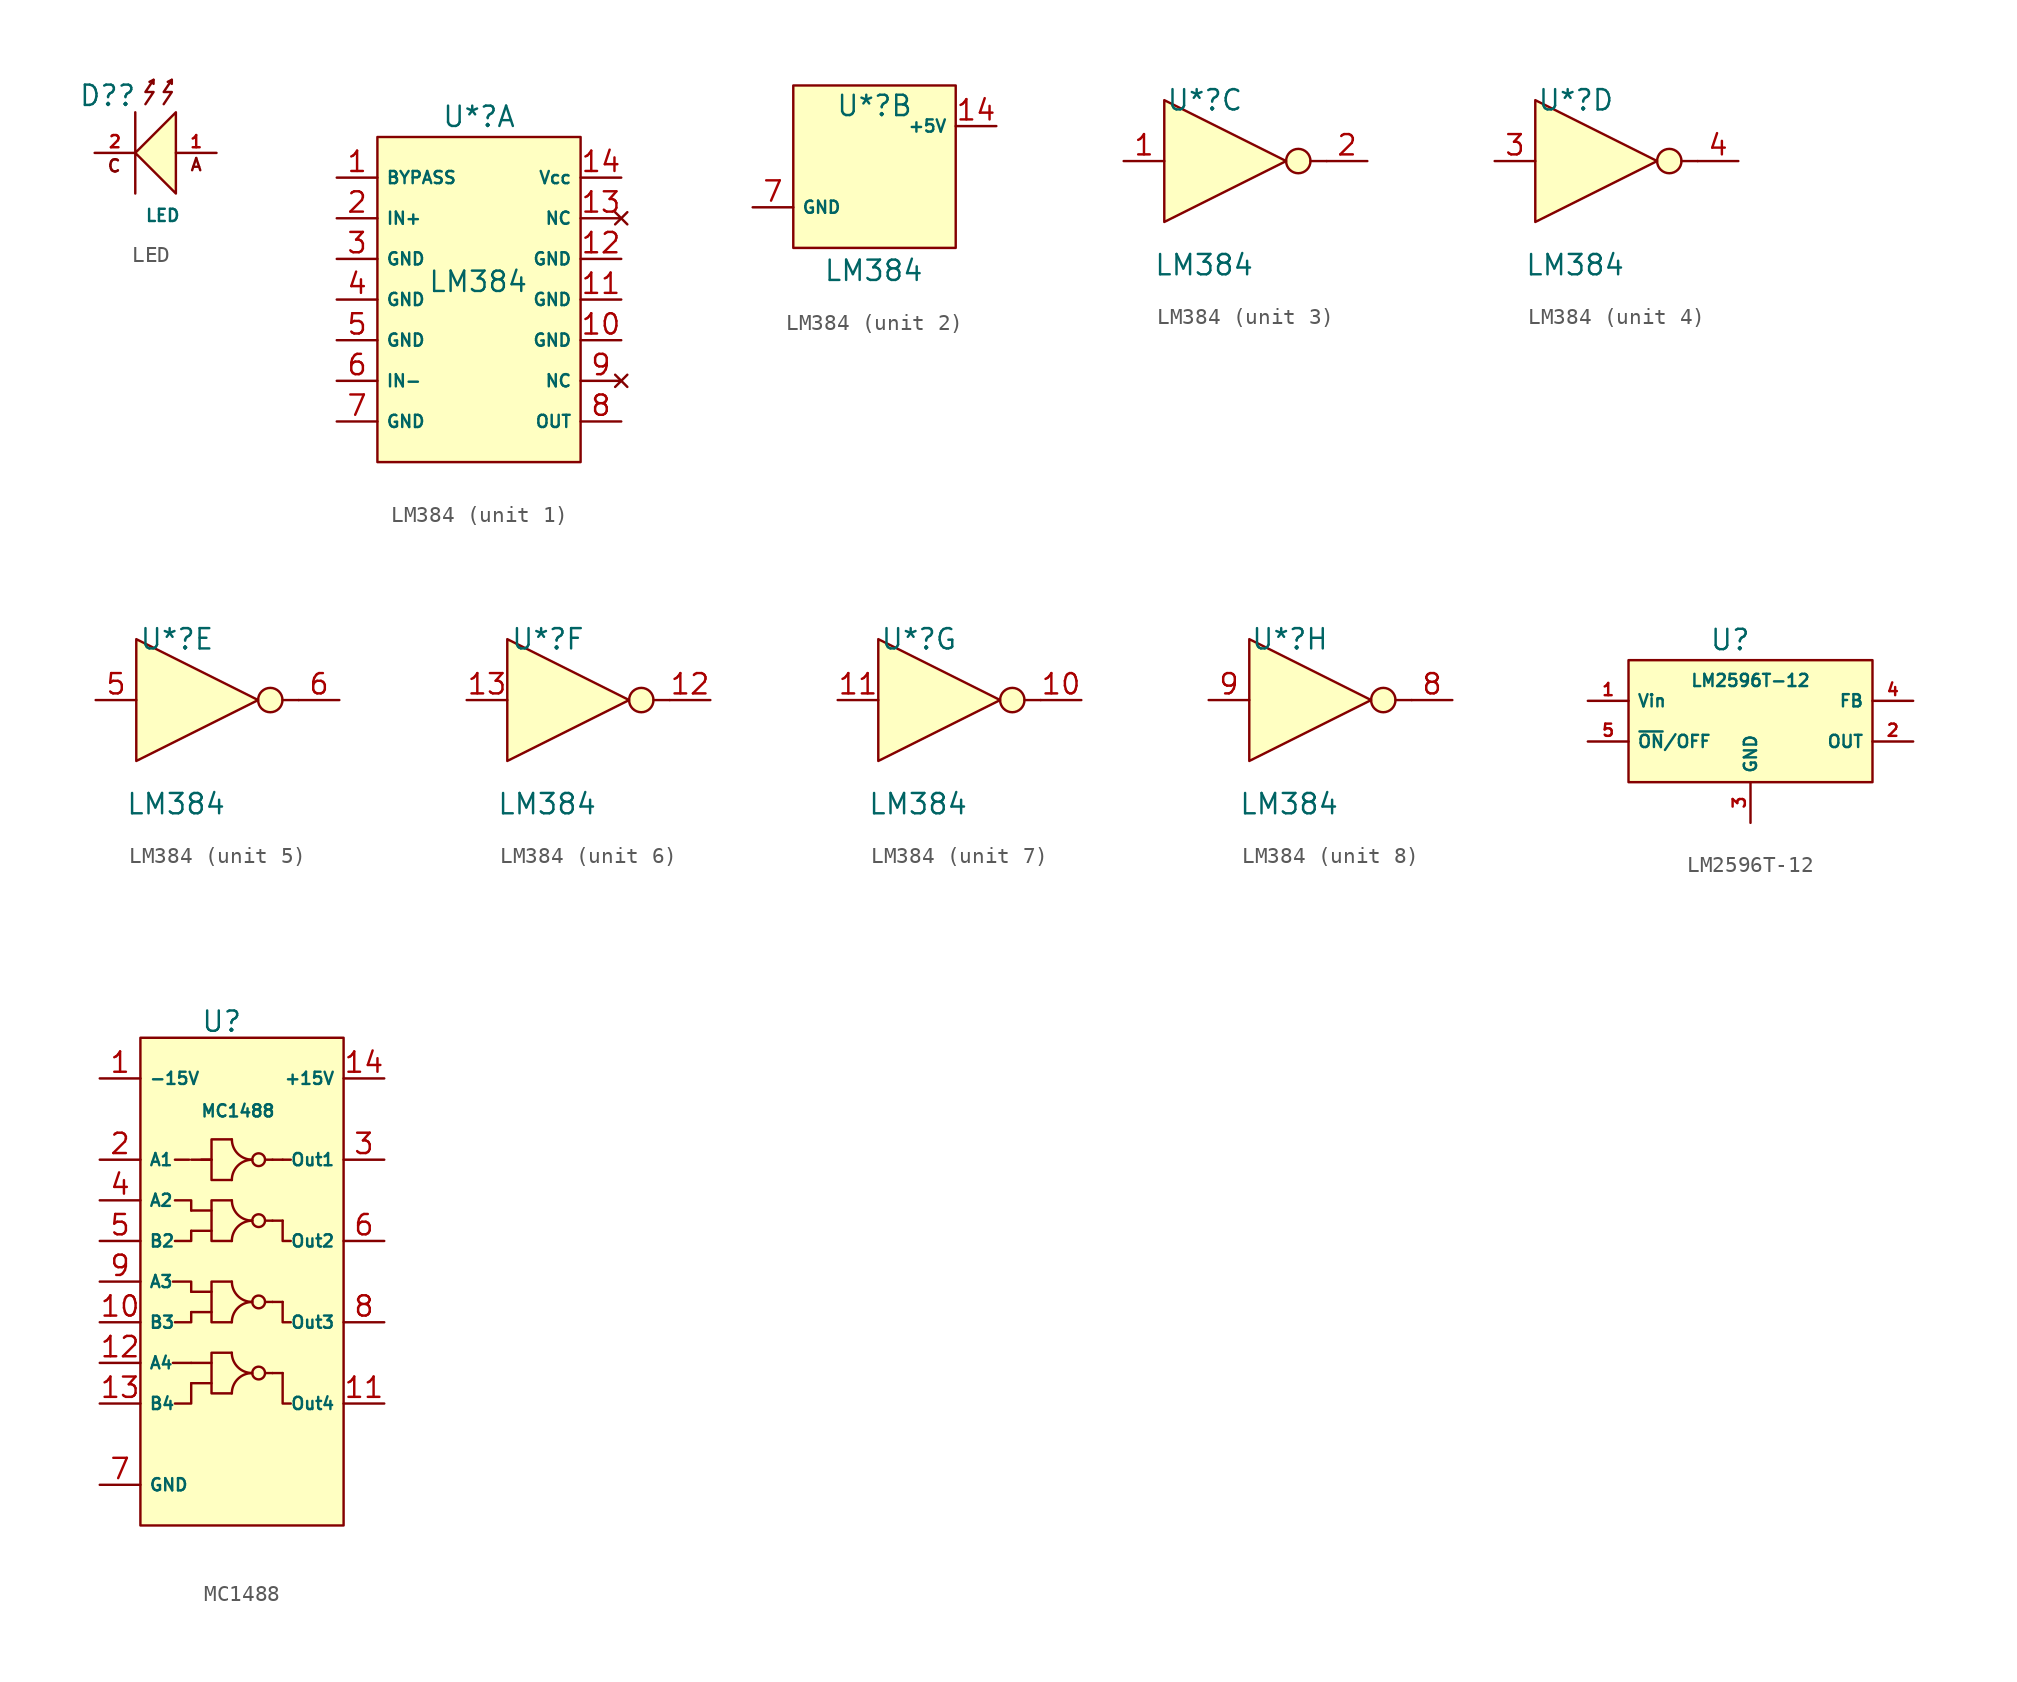
<source format=kicad_sym>
(kicad_symbol_lib
  (version 20211014)
  (generator kicad_symbol_editor)
  (symbol "LED"
    (property "Reference" "D?"
      (at -8.636 11.201 0)
      (effects (font (size 1.27 1.27)) (justify left)))
    (property "Value" "LED"
      (at -4.496 3.708 0)
      (effects (font (size 0.762 0.762)) (justify left)))
    (symbol "LED_0_0"
      (text "A" (at -1.27 6.883 0) (effects (font (size 0.762 0.762))))
      (text "C" (at -6.401 6.807 0) (effects (font (size 0.762 0.762)))))
    (symbol "LED_0_1"
      (polyline (pts (xy -3.937 12.192) (xy -4.191 12.065)) (stroke (width 0.152) (type default) (color 0 0 0 0)) (fill (type none)))
      (polyline (pts (xy -2.794 12.192) (xy -3.048 12.065)) (stroke (width 0.152) (type default) (color 0 0 0 0)) (fill (type none)))
      (polyline (pts (xy -4.445 10.668) (xy -3.937 11.43) (xy -4.445 11.43) (xy -3.937 12.192) (xy -3.937 11.938)) (stroke (width 0.152) (type default) (color 0 0 0 0)) (fill (type none)))
      (polyline (pts (xy -3.302 10.668) (xy -2.794 11.43) (xy -3.302 11.43) (xy -2.794 12.192) (xy -2.794 11.938)) (stroke (width 0.152) (type default) (color 0 0 0 0)) (fill (type none)))
      (polyline (pts (xy -5.08 10.16) (xy -5.08 5.08) (xy -5.08 7.62) (xy -2.54 10.16) (xy -2.54 5.08) (xy -5.08 7.62)) (stroke (width 0.152) (type default) (color 0 0 0 0)) (fill (type background))))
    (symbol "LED_1_1"
      (pin passive line (at 0 7.62 180) (length 2.54) (name "" (effects (font (size 0.762 0.762)))) (number "1" (effects (font (size 0.762 0.762)))))
      (pin passive line (at -7.62 7.62 0) (length 2.54) (name "" (effects (font (size 0.762 0.762)))) (number "2" (effects (font (size 0.762 0.762)))))))
  (symbol "LM384"
    (property "Reference" "U*"
      (at 2.54 3.81 0)
      (effects (font (size 1.27 1.27))))
    (property "Value" "LM384"
      (at 2.489 -6.502 0)
      (effects (font (size 1.27 1.27))))
    (property "ki_locked" ""
      (at 0 0 0)
      (effects (font (size 1.27 1.27))))
    (symbol "LM384_1_1"
      (rectangle (start -3.81 2.54) (end 8.89 -17.78) (stroke (width 0.152) (type default) (color 0 0 0 0)) (fill (type background)))
      (pin input line (at -6.35 0 0) (length 2.54) (name "BYPASS" (effects (font (size 0.762 0.762)))) (number "1" (effects (font (size 1.27 1.27)))))
      (pin power_in line (at 11.43 -10.16 180) (length 2.54) (name "GND" (effects (font (size 0.762 0.762)))) (number "10" (effects (font (size 1.27 1.27)))))
      (pin power_in line (at 11.43 -7.62 180) (length 2.54) (name "GND" (effects (font (size 0.762 0.762)))) (number "11" (effects (font (size 1.27 1.27)))))
      (pin power_in line (at 11.43 -5.08 180) (length 2.54) (name "GND" (effects (font (size 0.762 0.762)))) (number "12" (effects (font (size 1.27 1.27)))))
      (pin no_connect line (at 11.43 -2.54 180) (length 2.54) (name "NC" (effects (font (size 0.762 0.762)))) (number "13" (effects (font (size 1.27 1.27)))))
      (pin power_in line (at 11.43 0 180) (length 2.54) (name "Vcc" (effects (font (size 0.762 0.762)))) (number "14" (effects (font (size 1.27 1.27)))))
      (pin input line (at -6.35 -2.54 0) (length 2.54) (name "IN+" (effects (font (size 0.762 0.762)))) (number "2" (effects (font (size 1.27 1.27)))))
      (pin power_in line (at -6.35 -5.08 0) (length 2.54) (name "GND" (effects (font (size 0.762 0.762)))) (number "3" (effects (font (size 1.27 1.27)))))
      (pin power_in line (at -6.35 -7.62 0) (length 2.54) (name "GND" (effects (font (size 0.762 0.762)))) (number "4" (effects (font (size 1.27 1.27)))))
      (pin power_in line (at -6.35 -10.16 0) (length 2.54) (name "GND" (effects (font (size 0.762 0.762)))) (number "5" (effects (font (size 1.27 1.27)))))
      (pin input line (at -6.35 -12.7 0) (length 2.54) (name "IN-" (effects (font (size 0.762 0.762)))) (number "6" (effects (font (size 1.27 1.27)))))
      (pin power_in line (at -6.35 -15.24 0) (length 2.54) (name "GND" (effects (font (size 0.762 0.762)))) (number "7" (effects (font (size 1.27 1.27)))))
      (pin output line (at 11.43 -15.24 180) (length 2.54) (name "OUT" (effects (font (size 0.762 0.762)))) (number "8" (effects (font (size 1.27 1.27)))))
      (pin no_connect line (at 11.43 -12.7 180) (length 2.54) (name "NC" (effects (font (size 0.762 0.762)))) (number "9" (effects (font (size 1.27 1.27))))))
    (symbol "LM384_2_1"
      (rectangle (start -2.54 5.08) (end 7.62 -5.08) (stroke (width 0.152) (type default) (color 0 0 0 0)) (fill (type background)))
      (pin power_in line (at 10.16 2.54 180) (length 2.54) (name "+5V" (effects (font (size 0.762 0.762)))) (number "14" (effects (font (size 1.27 1.27)))))
      (pin power_in line (at -5.08 -2.54 0) (length 2.54) (name "GND" (effects (font (size 0.762 0.762)))) (number "7" (effects (font (size 1.27 1.27))))))
    (symbol "LM384_3_1"
      (polyline (pts (xy 10.16 0) (xy 9.144 0)) (stroke (width 0.152) (type default) (color 0 0 0 0)) (fill (type none)))
      (polyline (pts (xy 0 3.81) (xy 0 -3.81) (xy 7.62 0) (xy 0 3.81)) (stroke (width 0.152) (type default) (color 0 0 0 0)) (fill (type background)))
      (circle (center 8.382 0) (radius 0.762) (stroke (width 0.152) (type default) (color 0 0 0 0)) (fill (type background)))
      (pin input line (at -2.54 0 0) (length 2.54) (name "" (effects (font (size 0.762 0.762)))) (number "1" (effects (font (size 1.27 1.27)))))
      (pin output line (at 12.7 0 180) (length 2.54) (name "" (effects (font (size 0.762 0.762)))) (number "2" (effects (font (size 1.27 1.27))))))
    (symbol "LM384_4_1"
      (polyline (pts (xy 10.16 0) (xy 9.144 0)) (stroke (width 0.152) (type default) (color 0 0 0 0)) (fill (type none)))
      (polyline (pts (xy 0 3.81) (xy 0 -3.81) (xy 7.62 0) (xy 0 3.81)) (stroke (width 0.152) (type default) (color 0 0 0 0)) (fill (type background)))
      (circle (center 8.382 0) (radius 0.762) (stroke (width 0.152) (type default) (color 0 0 0 0)) (fill (type background)))
      (pin input line (at -2.54 0 0) (length 2.54) (name "" (effects (font (size 0.762 0.762)))) (number "3" (effects (font (size 1.27 1.27)))))
      (pin output line (at 12.7 0 180) (length 2.54) (name "" (effects (font (size 0.762 0.762)))) (number "4" (effects (font (size 1.27 1.27))))))
    (symbol "LM384_5_1"
      (polyline (pts (xy 10.16 0) (xy 9.144 0)) (stroke (width 0.152) (type default) (color 0 0 0 0)) (fill (type none)))
      (polyline (pts (xy 0 3.81) (xy 0 -3.81) (xy 7.62 0) (xy 0 3.81)) (stroke (width 0.152) (type default) (color 0 0 0 0)) (fill (type background)))
      (circle (center 8.382 0) (radius 0.762) (stroke (width 0.152) (type default) (color 0 0 0 0)) (fill (type background)))
      (pin input line (at -2.54 0 0) (length 2.54) (name "" (effects (font (size 0.762 0.762)))) (number "5" (effects (font (size 1.27 1.27)))))
      (pin output line (at 12.7 0 180) (length 2.54) (name "" (effects (font (size 0.762 0.762)))) (number "6" (effects (font (size 1.27 1.27))))))
    (symbol "LM384_6_1"
      (polyline (pts (xy 10.16 0) (xy 9.144 0)) (stroke (width 0.152) (type default) (color 0 0 0 0)) (fill (type none)))
      (polyline (pts (xy 0 3.81) (xy 0 -3.81) (xy 7.62 0) (xy 0 3.81)) (stroke (width 0.152) (type default) (color 0 0 0 0)) (fill (type background)))
      (circle (center 8.382 0) (radius 0.762) (stroke (width 0.152) (type default) (color 0 0 0 0)) (fill (type background)))
      (pin output line (at 12.7 0 180) (length 2.54) (name "" (effects (font (size 0.762 0.762)))) (number "12" (effects (font (size 1.27 1.27)))))
      (pin input line (at -2.54 0 0) (length 2.54) (name "" (effects (font (size 0.762 0.762)))) (number "13" (effects (font (size 1.27 1.27))))))
    (symbol "LM384_7_1"
      (polyline (pts (xy 10.16 0) (xy 9.144 0)) (stroke (width 0.152) (type default) (color 0 0 0 0)) (fill (type none)))
      (polyline (pts (xy 0 3.81) (xy 0 -3.81) (xy 7.62 0) (xy 0 3.81)) (stroke (width 0.152) (type default) (color 0 0 0 0)) (fill (type background)))
      (circle (center 8.382 0) (radius 0.762) (stroke (width 0.152) (type default) (color 0 0 0 0)) (fill (type background)))
      (pin output line (at 12.7 0 180) (length 2.54) (name "" (effects (font (size 0.762 0.762)))) (number "10" (effects (font (size 1.27 1.27)))))
      (pin input line (at -2.54 0 0) (length 2.54) (name "" (effects (font (size 0.762 0.762)))) (number "11" (effects (font (size 1.27 1.27))))))
    (symbol "LM384_8_1"
      (polyline (pts (xy 10.16 0) (xy 9.144 0)) (stroke (width 0.152) (type default) (color 0 0 0 0)) (fill (type none)))
      (polyline (pts (xy 0 3.81) (xy 0 -3.81) (xy 7.62 0) (xy 0 3.81)) (stroke (width 0.152) (type default) (color 0 0 0 0)) (fill (type background)))
      (circle (center 8.382 0) (radius 0.762) (stroke (width 0.152) (type default) (color 0 0 0 0)) (fill (type background)))
      (pin output line (at 12.7 0 180) (length 2.54) (name "" (effects (font (size 0.762 0.762)))) (number "8" (effects (font (size 1.27 1.27)))))
      (pin input line (at -2.54 0 0) (length 2.54) (name "" (effects (font (size 0.762 0.762)))) (number "9" (effects (font (size 1.27 1.27)))))))
  (symbol "LM2596T-12"
    (property "Reference" "U"
      (at 6.35 16.51 0)
      (effects (font (size 1.27 1.27))))
    (property "Value" "LM2596T-12"
      (at 7.62 13.97 0)
      (effects (font (size 0.762 0.762))))
    (symbol "LM2596T-12_0_1"
      (rectangle (start 0 7.62) (end 15.24 15.24) (stroke (width 0.152) (type default) (color 0 0 0 0)) (fill (type background))))
    (symbol "LM2596T-12_1_1"
      (pin passive line (at -2.54 12.7 0) (length 2.54) (name "Vin" (effects (font (size 0.762 0.762)))) (number "1" (effects (font (size 0.762 0.762)))))
      (pin passive line (at 17.78 10.16 180) (length 2.54) (name "OUT" (effects (font (size 0.762 0.762)))) (number "2" (effects (font (size 0.762 0.762)))))
      (pin passive line (at 7.62 5.08 90) (length 2.54) (name "GND" (effects (font (size 0.762 0.762)))) (number "3" (effects (font (size 0.762 0.762)))))
      (pin passive line (at 17.78 12.7 180) (length 2.54) (name "FB" (effects (font (size 0.762 0.762)))) (number "4" (effects (font (size 0.762 0.762)))))
      (pin passive line (at -2.54 10.16 0) (length 2.54) (name "~{ON}/OFF" (effects (font (size 0.762 0.762)))) (number "5" (effects (font (size 0.762 0.762)))))))
  (symbol "MC1488"
    (property "Reference" "U"
      (at 7.62 31.496 0)
      (effects (font (size 1.27 1.27))))
    (property "Value" "MC1488"
      (at 8.636 25.908 0)
      (effects (font (size 0.762 0.762))))
    (symbol "MC1488_0_1"
      (polyline (pts (xy 5.588 22.86) (xy 4.699 22.86)) (stroke (width 0.152) (type default) (color 0 0 0 0)) (fill (type none)))
      (polyline (pts (xy 5.715 10.16) (xy 4.572 10.16)) (stroke (width 0.152) (type default) (color 0 0 0 0)) (fill (type none)))
      (polyline (pts (xy 6.985 8.89) (xy 5.715 8.89)) (stroke (width 0.152) (type default) (color 0 0 0 0)) (fill (type none)))
      (polyline (pts (xy 6.985 10.16) (xy 5.715 10.16)) (stroke (width 0.152) (type default) (color 0 0 0 0)) (fill (type none)))
      (polyline (pts (xy 6.985 13.335) (xy 5.715 13.335)) (stroke (width 0.152) (type default) (color 0 0 0 0)) (fill (type none)))
      (polyline (pts (xy 6.985 14.605) (xy 5.715 14.605)) (stroke (width 0.152) (type default) (color 0 0 0 0)) (fill (type none)))
      (polyline (pts (xy 6.985 18.415) (xy 5.715 18.415)) (stroke (width 0.152) (type default) (color 0 0 0 0)) (fill (type none)))
      (polyline (pts (xy 6.985 19.685) (xy 5.715 19.685)) (stroke (width 0.152) (type default) (color 0 0 0 0)) (fill (type none)))
      (polyline (pts (xy 6.985 22.86) (xy 5.715 22.86)) (stroke (width 0.152) (type default) (color 0 0 0 0)) (fill (type none)))
      (polyline (pts (xy 6.985 22.86) (xy 6.35 22.86)) (stroke (width 0.152) (type default) (color 0 0 0 0)) (fill (type none)))
      (polyline (pts (xy 10.795 9.525) (xy 10.414 9.525)) (stroke (width 0.152) (type default) (color 0 0 0 0)) (fill (type none)))
      (polyline (pts (xy 10.795 13.97) (xy 10.414 13.97)) (stroke (width 0.152) (type default) (color 0 0 0 0)) (fill (type none)))
      (polyline (pts (xy 10.795 19.05) (xy 10.414 19.05)) (stroke (width 0.152) (type default) (color 0 0 0 0)) (fill (type none)))
      (polyline (pts (xy 10.795 22.86) (xy 10.414 22.86)) (stroke (width 0.152) (type default) (color 0 0 0 0)) (fill (type none)))
      (polyline (pts (xy 11.43 22.86) (xy 11.938 22.86)) (stroke (width 0.152) (type default) (color 0 0 0 0)) (fill (type none)))
      (polyline (pts (xy 5.715 8.89) (xy 5.715 7.62) (xy 4.699 7.62)) (stroke (width 0.152) (type default) (color 0 0 0 0)) (fill (type none)))
      (polyline (pts (xy 5.715 13.335) (xy 5.715 12.7) (xy 4.699 12.7)) (stroke (width 0.152) (type default) (color 0 0 0 0)) (fill (type none)))
      (polyline (pts (xy 5.715 14.605) (xy 5.715 15.24) (xy 4.572 15.24)) (stroke (width 0.152) (type default) (color 0 0 0 0)) (fill (type none)))
      (polyline (pts (xy 5.715 18.415) (xy 5.715 17.78) (xy 4.699 17.78)) (stroke (width 0.152) (type default) (color 0 0 0 0)) (fill (type none)))
      (polyline (pts (xy 5.715 19.685) (xy 5.715 20.32) (xy 4.699 20.32)) (stroke (width 0.152) (type default) (color 0 0 0 0)) (fill (type none)))
      (polyline (pts (xy 10.795 9.525) (xy 11.43 9.525) (xy 10.795 9.525)) (stroke (width 0.152) (type default) (color 0 0 0 0)) (fill (type none)))
      (polyline (pts (xy 10.795 13.97) (xy 11.43 13.97) (xy 10.795 13.97)) (stroke (width 0.152) (type default) (color 0 0 0 0)) (fill (type none)))
      (polyline (pts (xy 10.795 19.05) (xy 11.43 19.05) (xy 10.795 19.05)) (stroke (width 0.152) (type default) (color 0 0 0 0)) (fill (type none)))
      (polyline (pts (xy 10.795 22.86) (xy 11.43 22.86) (xy 10.795 22.86)) (stroke (width 0.152) (type default) (color 0 0 0 0)) (fill (type none)))
      (polyline (pts (xy 11.43 9.525) (xy 11.43 7.62) (xy 11.938 7.62)) (stroke (width 0.152) (type default) (color 0 0 0 0)) (fill (type none)))
      (polyline (pts (xy 11.43 13.97) (xy 11.43 12.7) (xy 11.938 12.7)) (stroke (width 0.152) (type default) (color 0 0 0 0)) (fill (type none)))
      (polyline (pts (xy 11.43 19.05) (xy 11.43 17.78) (xy 11.938 17.78)) (stroke (width 0.152) (type default) (color 0 0 0 0)) (fill (type none)))
      (polyline (pts (xy 8.255 10.795) (xy 6.985 10.795) (xy 6.985 8.255) (xy 8.255 8.255)) (stroke (width 0.152) (type default) (color 0 0 0 0)) (fill (type none)))
      (polyline (pts (xy 8.255 15.24) (xy 6.985 15.24) (xy 6.985 12.7) (xy 8.255 12.7)) (stroke (width 0.152) (type default) (color 0 0 0 0)) (fill (type none)))
      (polyline (pts (xy 8.255 20.32) (xy 6.985 20.32) (xy 6.985 17.78) (xy 8.255 17.78)) (stroke (width 0.152) (type default) (color 0 0 0 0)) (fill (type none)))
      (polyline (pts (xy 8.255 24.13) (xy 6.985 24.13) (xy 6.985 21.59) (xy 8.255 21.59)) (stroke (width 0.152) (type default) (color 0 0 0 0)) (fill (type none)))
      (rectangle (start 2.54 30.48) (end 15.24 0) (stroke (width 0.152) (type default) (color 0 0 0 0)) (fill (type background)))
      (arc (start 8.255 10.795) (mid 7.357 8.627) (end 9.525 9.525) (stroke (width 0.1524) (type default) (color 0 0 0 0)) (fill (type none)))
      (arc (start 8.255 15.24) (mid 7.357 13.072) (end 9.525 13.97) (stroke (width 0.1524) (type default) (color 0 0 0 0)) (fill (type none)))
      (arc (start 8.255 20.32) (mid 7.357 18.152) (end 9.525 19.05) (stroke (width 0.1524) (type default) (color 0 0 0 0)) (fill (type none)))
      (arc (start 8.255 24.13) (mid 7.357 21.962) (end 9.525 22.86) (stroke (width 0.1524) (type default) (color 0 0 0 0)) (fill (type none)))
      (arc (start 9.525 9.525) (mid 7.357 10.423) (end 8.255 8.255) (stroke (width 0.1524) (type default) (color 0 0 0 0)) (fill (type none)))
      (arc (start 9.525 13.97) (mid 7.357 14.868) (end 8.255 12.7) (stroke (width 0.1524) (type default) (color 0 0 0 0)) (fill (type none)))
      (arc (start 9.525 19.05) (mid 7.357 19.948) (end 8.255 17.78) (stroke (width 0.1524) (type default) (color 0 0 0 0)) (fill (type none)))
      (arc (start 9.525 22.86) (mid 7.357 23.758) (end 8.255 21.59) (stroke (width 0.1524) (type default) (color 0 0 0 0)) (fill (type none)))
      (circle (center 9.931 9.525) (radius 0.398) (stroke (width 0.152) (type default) (color 0 0 0 0)) (fill (type none)))
      (circle (center 9.931 13.97) (radius 0.398) (stroke (width 0.152) (type default) (color 0 0 0 0)) (fill (type none)))
      (circle (center 9.931 19.05) (radius 0.398) (stroke (width 0.152) (type default) (color 0 0 0 0)) (fill (type none)))
      (circle (center 9.931 22.86) (radius 0.398) (stroke (width 0.152) (type default) (color 0 0 0 0)) (fill (type none))))
    (symbol "MC1488_1_1"
      (pin power_in line (at 0 27.94 0) (length 2.54) (name "-15V" (effects (font (size 0.762 0.762)))) (number "1" (effects (font (size 1.27 1.27)))))
      (pin input line (at 0 12.7 0) (length 2.54) (name "B3" (effects (font (size 0.762 0.762)))) (number "10" (effects (font (size 1.27 1.27)))))
      (pin output line (at 17.78 7.62 180) (length 2.54) (name "Out4" (effects (font (size 0.762 0.762)))) (number "11" (effects (font (size 1.27 1.27)))))
      (pin input line (at 0 10.16 0) (length 2.54) (name "A4" (effects (font (size 0.762 0.762)))) (number "12" (effects (font (size 1.27 1.27)))))
      (pin input line (at 0 7.62 0) (length 2.54) (name "B4" (effects (font (size 0.762 0.762)))) (number "13" (effects (font (size 1.27 1.27)))))
      (pin power_in line (at 17.78 27.94 180) (length 2.54) (name "+15V" (effects (font (size 0.762 0.762)))) (number "14" (effects (font (size 1.27 1.27)))))
      (pin input line (at 0 22.86 0) (length 2.54) (name "A1" (effects (font (size 0.762 0.762)))) (number "2" (effects (font (size 1.27 1.27)))))
      (pin output line (at 17.78 22.86 180) (length 2.54) (name "Out1" (effects (font (size 0.762 0.762)))) (number "3" (effects (font (size 1.27 1.27)))))
      (pin input line (at 0 20.32 0) (length 2.54) (name "A2" (effects (font (size 0.762 0.762)))) (number "4" (effects (font (size 1.27 1.27)))))
      (pin input line (at 0 17.78 0) (length 2.54) (name "B2" (effects (font (size 0.762 0.762)))) (number "5" (effects (font (size 1.27 1.27)))))
      (pin output line (at 17.78 17.78 180) (length 2.54) (name "Out2" (effects (font (size 0.762 0.762)))) (number "6" (effects (font (size 1.27 1.27)))))
      (pin power_in line (at 0 2.54 0) (length 2.54) (name "GND" (effects (font (size 0.762 0.762)))) (number "7" (effects (font (size 1.27 1.27)))))
      (pin output line (at 17.78 12.7 180) (length 2.54) (name "Out3" (effects (font (size 0.762 0.762)))) (number "8" (effects (font (size 1.27 1.27)))))
      (pin input line (at 0 15.24 0) (length 2.54) (name "A3" (effects (font (size 0.762 0.762)))) (number "9" (effects (font (size 1.27 1.27))))))))
</source>
